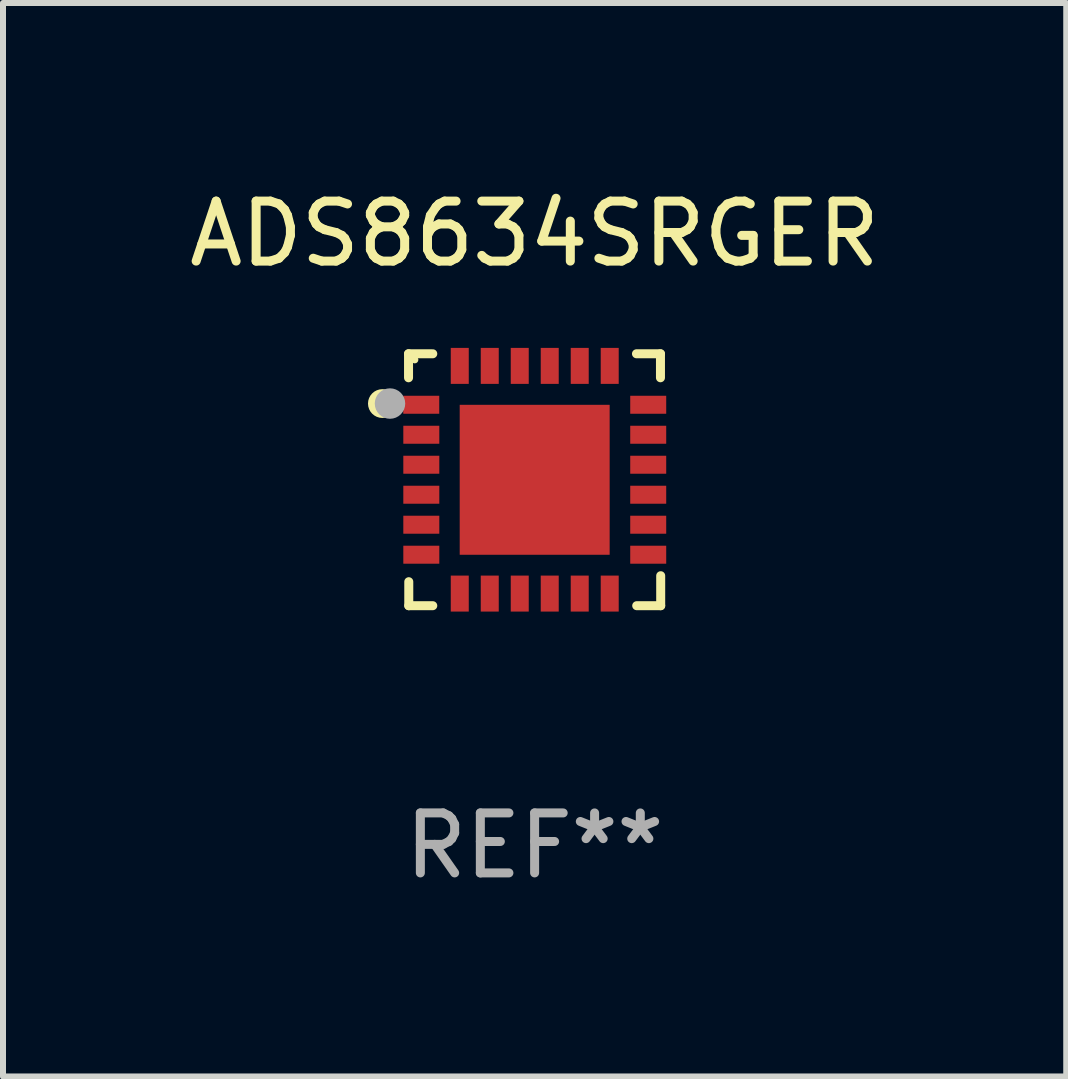
<source format=kicad_pcb>
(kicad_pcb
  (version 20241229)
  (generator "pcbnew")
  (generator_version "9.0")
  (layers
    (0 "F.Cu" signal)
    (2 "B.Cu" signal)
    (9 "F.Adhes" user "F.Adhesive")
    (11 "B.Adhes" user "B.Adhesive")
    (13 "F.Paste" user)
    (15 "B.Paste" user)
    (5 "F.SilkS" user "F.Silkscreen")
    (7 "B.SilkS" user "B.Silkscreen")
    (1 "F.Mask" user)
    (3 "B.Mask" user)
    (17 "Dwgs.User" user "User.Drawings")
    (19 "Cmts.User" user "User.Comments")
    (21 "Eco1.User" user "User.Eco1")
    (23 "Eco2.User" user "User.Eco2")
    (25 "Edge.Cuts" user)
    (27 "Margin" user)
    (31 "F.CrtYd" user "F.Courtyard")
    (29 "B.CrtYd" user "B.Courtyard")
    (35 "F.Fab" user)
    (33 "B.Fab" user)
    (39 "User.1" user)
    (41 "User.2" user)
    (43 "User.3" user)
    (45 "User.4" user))
  (footprint "ADS8634SRGER"
    (layer "F.Cu")
    (at 5.863 4.948)
    (property "Reference" "ADS8634SRGER" (at 0 -4.1 0) (layer "F.SilkS") (effects (font (size 1 1) (thickness 0.15))))
    (attr through_hole)
    (fp_line (start -2.102 -2.1) (end -1.698 -2.1) (stroke (width 0.15) (type solid)) (layer "F.SilkS"))
    (fp_line (start -2.102 -1.7) (end -2.102 -2.1) (stroke (width 0.15) (type solid)) (layer "F.SilkS"))
    (fp_line (start -2.098 1.7) (end -2.098 2.1) (stroke (width 0.15) (type solid)) (layer "F.SilkS"))
    (fp_line (start -2.098 2.1) (end -1.698 2.1) (stroke (width 0.15) (type solid)) (layer "F.SilkS"))
    (fp_line (start 1.698 -2.1) (end 2.098 -2.1) (stroke (width 0.15) (type solid)) (layer "F.SilkS"))
    (fp_line (start 2.098 -2.1) (end 2.098 -1.7) (stroke (width 0.15) (type solid)) (layer "F.SilkS"))
    (fp_line (start 2.102 1.6) (end 2.102 2.1) (stroke (width 0.15) (type solid)) (layer "F.SilkS"))
    (fp_line (start 2.102 2.1) (end 1.702 2.1) (stroke (width 0.15) (type solid)) (layer "F.SilkS"))
    (fp_circle (center -2.538 -1.27) (end -2.418 -1.27) (stroke (width 0.24) (type solid)) (fill no) (layer "F.SilkS"))
    (fp_circle (center -1.998 -2) (end -1.968 -2) (stroke (width 0.06) (type solid)) (fill no) (layer "F.SilkS"))
    (fp_circle (center -2.411 -1.27) (end -2.284 -1.27) (stroke (width 0.254) (type solid)) (fill no) (layer "F.Fab"))
    (fp_text user "REF**" (at 0 6.1 0) (layer "F.Fab") (effects (font (size 1 1) (thickness 0.15))))
    (pad "1" smd rect (at -1.89 -1.25 90) (size 0.3 0.6) (layers "F.Cu" "F.Mask" "F.Paste"))
    (pad "2" smd rect (at -1.889 -0.75 90) (size 0.3 0.6) (layers "F.Cu" "F.Mask" "F.Paste"))
    (pad "3" smd rect (at -1.889 -0.25 90) (size 0.3 0.6) (layers "F.Cu" "F.Mask" "F.Paste"))
    (pad "4" smd rect (at -1.889 0.25 90) (size 0.3 0.6) (layers "F.Cu" "F.Mask" "F.Paste"))
    (pad "5" smd rect (at -1.889 0.75 90) (size 0.3 0.6) (layers "F.Cu" "F.Mask" "F.Paste"))
    (pad "6" smd rect (at -1.889 1.25 90) (size 0.3 0.6) (layers "F.Cu" "F.Mask" "F.Paste"))
    (pad "7" smd rect (at -1.248 1.898 180) (size 0.3 0.6) (layers "F.Cu" "F.Mask" "F.Paste"))
    (pad "8" smd rect (at -0.748 1.898 180) (size 0.3 0.6) (layers "F.Cu" "F.Mask" "F.Paste"))
    (pad "9" smd rect (at -0.248 1.898 180) (size 0.3 0.6) (layers "F.Cu" "F.Mask" "F.Paste"))
    (pad "10" smd rect (at 0.252 1.898 180) (size 0.3 0.6) (layers "F.Cu" "F.Mask" "F.Paste"))
    (pad "11" smd rect (at 0.752 1.898 180) (size 0.3 0.6) (layers "F.Cu" "F.Mask" "F.Paste"))
    (pad "12" smd rect (at 1.252 1.898 180) (size 0.3 0.6) (layers "F.Cu" "F.Mask" "F.Paste"))
    (pad "13" smd rect (at 1.894 1.25 270) (size 0.3 0.6) (layers "F.Cu" "F.Mask" "F.Paste"))
    (pad "14" smd rect (at 1.894 0.75 270) (size 0.3 0.6) (layers "F.Cu" "F.Mask" "F.Paste"))
    (pad "15" smd rect (at 1.894 0.25 270) (size 0.3 0.6) (layers "F.Cu" "F.Mask" "F.Paste"))
    (pad "16" smd rect (at 1.894 -0.25 270) (size 0.3 0.6) (layers "F.Cu" "F.Mask" "F.Paste"))
    (pad "17" smd rect (at 1.894 -0.75 270) (size 0.3 0.6) (layers "F.Cu" "F.Mask" "F.Paste"))
    (pad "18" smd rect (at 1.894 -1.25 270) (size 0.3 0.6) (layers "F.Cu" "F.Mask" "F.Paste"))
    (pad "19" smd rect (at 1.252 -1.898) (size 0.3 0.6) (layers "F.Cu" "F.Mask" "F.Paste"))
    (pad "20" smd rect (at 0.752 -1.898) (size 0.3 0.6) (layers "F.Cu" "F.Mask" "F.Paste"))
    (pad "21" smd rect (at 0.252 -1.898) (size 0.3 0.6) (layers "F.Cu" "F.Mask" "F.Paste"))
    (pad "22" smd rect (at -0.248 -1.898) (size 0.3 0.6) (layers "F.Cu" "F.Mask" "F.Paste"))
    (pad "23" smd rect (at -0.748 -1.898) (size 0.3 0.6) (layers "F.Cu" "F.Mask" "F.Paste"))
    (pad "24" smd rect (at -1.248 -1.898) (size 0.3 0.6) (layers "F.Cu" "F.Mask" "F.Paste"))
    (pad "25" smd rect (at 0.001 0.001) (size 2.5 2.5) (layers "F.Cu" "F.Mask" "F.Paste")))
  (gr_rect
    (start -3 -3)
    (end 14.726 14.897)
    (stroke (width 0.1) (type default))
    (fill no)
    (layer "Edge.Cuts")))
</source>
